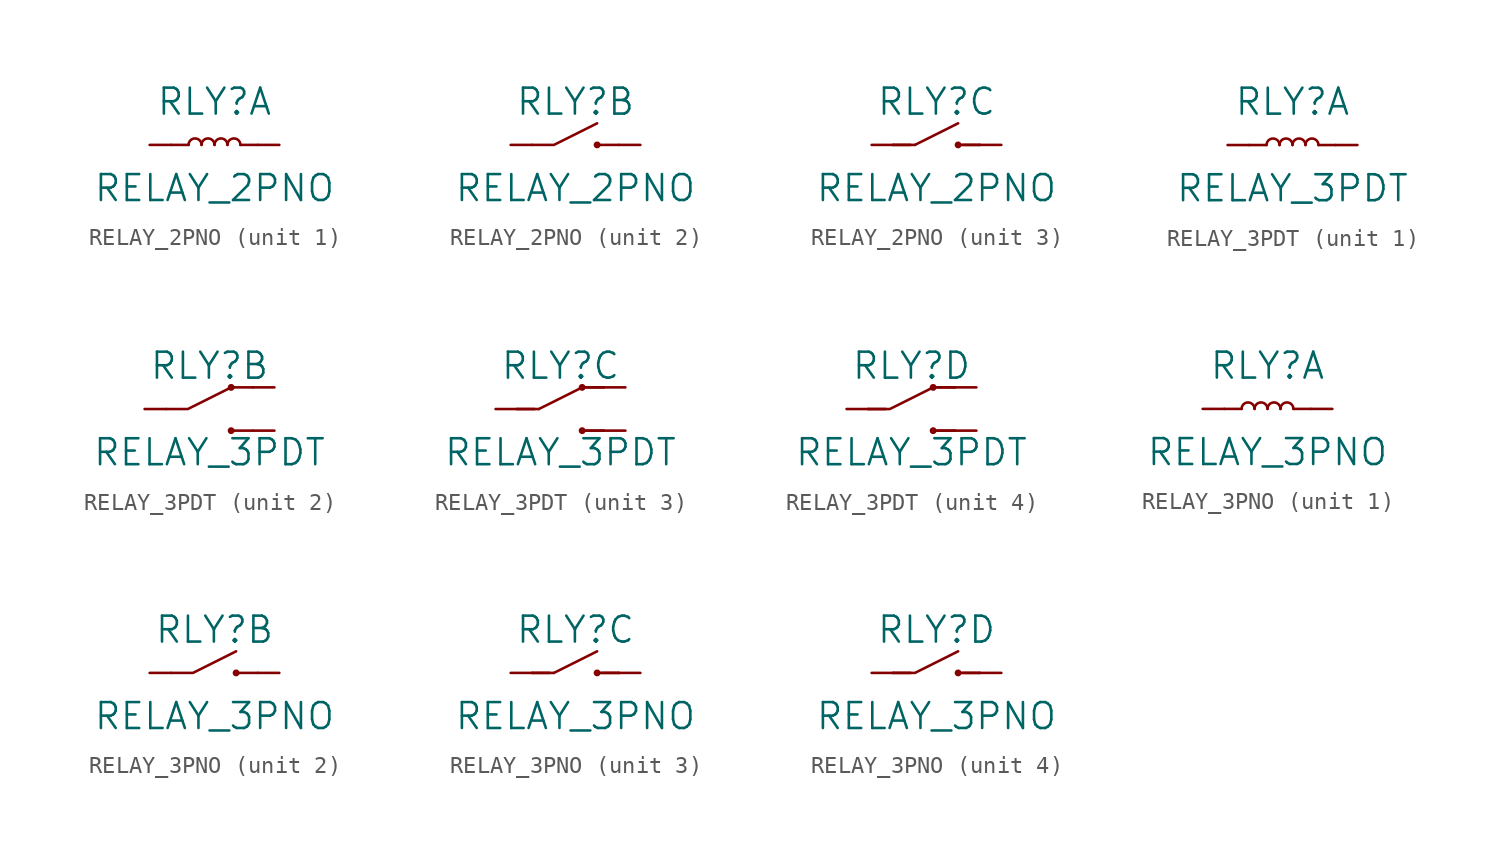
<source format=kicad_sym>
(kicad_symbol_lib
  (version 20220914)
  (generator kicad_symbol_editor)
  (symbol "RELAY_2PNO"
    (pin_numbers hide)
    (pin_names
      (offset 1.016) hide)
    (property "Reference" "RLY"
      (at 0 2.54 0)
      (effects (font (size 1.524 1.524))))
    (property "Value" "RELAY_2PNO"
      (at 0 -2.54 0)
      (effects (font (size 1.524 1.524))))
    (property "Footprint" ""
      (at 0 0 0)
      (effects (font (size 1.524 1.524))))
    (property "Datasheet" ""
      (at 0 0 0)
      (effects (font (size 1.524 1.524))))
    (property "ki_locked" ""
      (at 0 0 0)
      (effects (font (size 1.27 1.27))))
    (symbol "RELAY_2PNO_1_1"
      (arc (start -0.762 0) (mid -1.143 0.3794) (end -1.524 0) (stroke (width 0) (type solid)) (fill (type none)))
      (arc (start 0 0) (mid -0.381 0.3794) (end -0.762 0) (stroke (width 0) (type solid)) (fill (type none)))
      (polyline (pts (xy -1.524 0) (xy -2.54 0) (xy -2.54 0)) (stroke (width 0) (type solid)) (fill (type none)))
      (polyline (pts (xy 1.524 0) (xy 2.54 0) (xy 2.54 0)) (stroke (width 0) (type solid)) (fill (type none)))
      (arc (start 0.762 0) (mid 0.381 0.3794) (end 0 0) (stroke (width 0) (type solid)) (fill (type none)))
      (arc (start 1.524 0) (mid 1.143 0.3794) (end 0.762 0) (stroke (width 0) (type solid)) (fill (type none)))
      (pin passive line (at -3.81 0 0) (length 1.27) (name "~" (effects (font (size 1.27 1.27)))) (number "1" (effects (font (size 1.27 1.27)))))
      (pin passive line (at 3.81 0 180) (length 1.27) (name "~" (effects (font (size 1.27 1.27)))) (number "2" (effects (font (size 1.27 1.27))))))
    (symbol "RELAY_2PNO_2_1"
      (polyline (pts (xy 2.54 0) (xy 1.27 0)) (stroke (width 0) (type solid)) (fill (type none)))
      (polyline (pts (xy -2.54 0) (xy -1.27 0) (xy 1.27 1.27)) (stroke (width 0) (type solid)) (fill (type none)))
      (circle (center 1.27 0) (radius 0.127) (stroke (width 0) (type solid)) (fill (type none)))
      (pin passive line (at -3.81 0 0) (length 1.27) (name "~" (effects (font (size 1.27 1.27)))) (number "3" (effects (font (size 1.27 1.27)))))
      (pin passive line (at 3.81 0 180) (length 1.27) (name "~" (effects (font (size 1.27 1.27)))) (number "4" (effects (font (size 1.27 1.27))))))
    (symbol "RELAY_2PNO_3_1"
      (polyline (pts (xy -1.27 0) (xy -2.54 0)) (stroke (width 0) (type solid)) (fill (type none)))
      (polyline (pts (xy -1.27 0) (xy 1.27 1.27)) (stroke (width 0) (type solid)) (fill (type none)))
      (polyline (pts (xy 1.27 0) (xy 2.54 0)) (stroke (width 0) (type solid)) (fill (type none)))
      (polyline (pts (xy -1.524 0) (xy -2.54 0) (xy -2.54 0)) (stroke (width 0) (type solid)) (fill (type none)))
      (polyline (pts (xy 1.524 0) (xy 2.54 0) (xy 2.54 0)) (stroke (width 0) (type solid)) (fill (type none)))
      (circle (center 1.27 0) (radius 0.127) (stroke (width 0) (type solid)) (fill (type none)))
      (pin passive line (at -3.81 0 0) (length 1.27) (name "~" (effects (font (size 1.27 1.27)))) (number "5" (effects (font (size 1.27 1.27)))))
      (pin passive line (at 3.81 0 180) (length 1.27) (name "~" (effects (font (size 1.27 1.27)))) (number "6" (effects (font (size 1.27 1.27)))))))
  (symbol "RELAY_3PDT"
    (pin_numbers hide)
    (pin_names
      (offset 1.016) hide)
    (property "Reference" "RLY"
      (at 0 2.54 0)
      (effects (font (size 1.524 1.524))))
    (property "Value" "RELAY_3PDT"
      (at 0 -2.54 0)
      (effects (font (size 1.524 1.524))))
    (property "Footprint" ""
      (at 0 -1.27 0)
      (effects (font (size 1.524 1.524))))
    (property "Datasheet" ""
      (at 0 0 0)
      (effects (font (size 1.524 1.524))))
    (property "ki_locked" ""
      (at 0 0 0)
      (effects (font (size 1.27 1.27))))
    (symbol "RELAY_3PDT_1_1"
      (arc (start -0.762 0) (mid -1.143 0.3794) (end -1.524 0) (stroke (width 0) (type solid)) (fill (type none)))
      (arc (start 0 0) (mid -0.381 0.3794) (end -0.762 0) (stroke (width 0) (type solid)) (fill (type none)))
      (polyline (pts (xy -1.524 0) (xy -2.54 0) (xy -2.54 0)) (stroke (width 0) (type solid)) (fill (type none)))
      (polyline (pts (xy 1.524 0) (xy 2.54 0) (xy 2.54 0)) (stroke (width 0) (type solid)) (fill (type none)))
      (arc (start 0.762 0) (mid 0.381 0.3794) (end 0 0) (stroke (width 0) (type solid)) (fill (type none)))
      (arc (start 1.524 0) (mid 1.143 0.3794) (end 0.762 0) (stroke (width 0) (type solid)) (fill (type none)))
      (pin passive line (at -3.81 0 0) (length 1.27) (name "~" (effects (font (size 1.27 1.27)))) (number "1" (effects (font (size 1.27 1.27)))))
      (pin passive line (at 3.81 0 180) (length 1.27) (name "~" (effects (font (size 1.27 1.27)))) (number "2" (effects (font (size 1.27 1.27))))))
    (symbol "RELAY_3PDT_2_1"
      (polyline (pts (xy 2.54 -1.27) (xy 1.27 -1.27)) (stroke (width 0) (type solid)) (fill (type none)))
      (polyline (pts (xy 2.54 1.27) (xy 1.27 1.27)) (stroke (width 0) (type solid)) (fill (type none)))
      (polyline (pts (xy -2.54 0) (xy -1.27 0) (xy 1.27 1.27)) (stroke (width 0) (type solid)) (fill (type none)))
      (circle (center 1.27 -1.27) (radius 0.127) (stroke (width 0) (type solid)) (fill (type none)))
      (circle (center 1.27 1.27) (radius 0.127) (stroke (width 0) (type solid)) (fill (type none)))
      (pin passive line (at -3.81 0 0) (length 1.27) (name "~" (effects (font (size 1.27 1.27)))) (number "3" (effects (font (size 1.27 1.27)))))
      (pin passive line (at 3.81 1.27 180) (length 1.27) (name "~" (effects (font (size 1.27 1.27)))) (number "4" (effects (font (size 1.27 1.27)))))
      (pin passive line (at 3.81 -1.27 180) (length 1.27) (name "~" (effects (font (size 1.27 1.27)))) (number "5" (effects (font (size 1.27 1.27))))))
    (symbol "RELAY_3PDT_3_1"
      (polyline (pts (xy -1.27 0) (xy -2.54 0)) (stroke (width 0) (type solid)) (fill (type none)))
      (polyline (pts (xy -1.27 0) (xy 1.27 1.27)) (stroke (width 0) (type solid)) (fill (type none)))
      (polyline (pts (xy 1.27 -1.27) (xy 2.54 -1.27)) (stroke (width 0) (type solid)) (fill (type none)))
      (polyline (pts (xy 1.27 1.27) (xy 2.54 1.27)) (stroke (width 0) (type solid)) (fill (type none)))
      (polyline (pts (xy -1.524 0) (xy -2.54 0) (xy -2.54 0)) (stroke (width 0) (type solid)) (fill (type none)))
      (polyline (pts (xy 1.524 -1.27) (xy 2.54 -1.27) (xy 2.54 -1.27)) (stroke (width 0) (type solid)) (fill (type none)))
      (polyline (pts (xy 1.524 1.27) (xy 2.54 1.27) (xy 2.54 1.27)) (stroke (width 0) (type solid)) (fill (type none)))
      (circle (center 1.27 -1.27) (radius 0.127) (stroke (width 0) (type solid)) (fill (type none)))
      (circle (center 1.27 1.27) (radius 0.127) (stroke (width 0) (type solid)) (fill (type none)))
      (pin passive line (at -3.81 0 0) (length 1.27) (name "~" (effects (font (size 1.27 1.27)))) (number "6" (effects (font (size 1.27 1.27)))))
      (pin passive line (at 3.81 1.27 180) (length 1.27) (name "~" (effects (font (size 1.27 1.27)))) (number "7" (effects (font (size 1.27 1.27)))))
      (pin passive line (at 3.81 -1.27 180) (length 1.27) (name "~" (effects (font (size 1.27 1.27)))) (number "8" (effects (font (size 1.27 1.27))))))
    (symbol "RELAY_3PDT_4_1"
      (polyline (pts (xy 1.27 -1.27) (xy 2.54 -1.27)) (stroke (width 0) (type solid)) (fill (type none)))
      (polyline (pts (xy 1.27 1.27) (xy 2.54 1.27)) (stroke (width 0) (type solid)) (fill (type none)))
      (polyline (pts (xy -2.54 0) (xy -1.27 0) (xy 1.27 1.27)) (stroke (width 0) (type solid)) (fill (type none)))
      (polyline (pts (xy -1.524 0) (xy -2.54 0) (xy -2.54 0)) (stroke (width 0) (type solid)) (fill (type none)))
      (polyline (pts (xy 1.524 -1.27) (xy 2.54 -1.27) (xy 2.54 -1.27)) (stroke (width 0) (type solid)) (fill (type none)))
      (polyline (pts (xy 1.524 1.27) (xy 2.54 1.27) (xy 2.54 1.27)) (stroke (width 0) (type solid)) (fill (type none)))
      (circle (center 1.27 -1.27) (radius 0.127) (stroke (width 0) (type solid)) (fill (type none)))
      (circle (center 1.27 1.27) (radius 0.127) (stroke (width 0) (type solid)) (fill (type none)))
      (pin passive line (at 3.81 1.27 180) (length 1.27) (name "~" (effects (font (size 1.27 1.27)))) (number "10" (effects (font (size 1.27 1.27)))))
      (pin passive line (at 3.81 -1.27 180) (length 1.27) (name "~" (effects (font (size 1.27 1.27)))) (number "11" (effects (font (size 1.27 1.27)))))
      (pin passive line (at -3.81 0 0) (length 1.27) (name "~" (effects (font (size 1.27 1.27)))) (number "9" (effects (font (size 1.27 1.27)))))))
  (symbol "RELAY_3PNO"
    (pin_numbers hide)
    (pin_names
      (offset 1.016) hide)
    (property "Reference" "RLY"
      (at 0 2.54 0)
      (effects (font (size 1.524 1.524))))
    (property "Value" "RELAY_3PNO"
      (at 0 -2.54 0)
      (effects (font (size 1.524 1.524))))
    (property "Footprint" ""
      (at 0 0 0)
      (effects (font (size 1.524 1.524))))
    (property "Datasheet" ""
      (at 0 0 0)
      (effects (font (size 1.524 1.524))))
    (property "ki_locked" ""
      (at 0 0 0)
      (effects (font (size 1.27 1.27))))
    (symbol "RELAY_3PNO_1_1"
      (arc (start -0.762 0) (mid -1.143 0.3794) (end -1.524 0) (stroke (width 0) (type solid)) (fill (type none)))
      (arc (start 0 0) (mid -0.381 0.3794) (end -0.762 0) (stroke (width 0) (type solid)) (fill (type none)))
      (polyline (pts (xy -1.524 0) (xy -2.54 0) (xy -2.54 0)) (stroke (width 0) (type solid)) (fill (type none)))
      (polyline (pts (xy 1.524 0) (xy 2.54 0) (xy 2.54 0)) (stroke (width 0) (type solid)) (fill (type none)))
      (arc (start 0.762 0) (mid 0.381 0.3794) (end 0 0) (stroke (width 0) (type solid)) (fill (type none)))
      (arc (start 1.524 0) (mid 1.143 0.3794) (end 0.762 0) (stroke (width 0) (type solid)) (fill (type none)))
      (pin passive line (at -3.81 0 0) (length 1.27) (name "~" (effects (font (size 1.27 1.27)))) (number "1" (effects (font (size 1.27 1.27)))))
      (pin passive line (at 3.81 0 180) (length 1.27) (name "~" (effects (font (size 1.27 1.27)))) (number "2" (effects (font (size 1.27 1.27))))))
    (symbol "RELAY_3PNO_2_1"
      (polyline (pts (xy 2.54 0) (xy 1.27 0)) (stroke (width 0) (type solid)) (fill (type none)))
      (polyline (pts (xy -2.54 0) (xy -1.27 0) (xy 1.27 1.27)) (stroke (width 0) (type solid)) (fill (type none)))
      (circle (center 1.27 0) (radius 0.127) (stroke (width 0) (type solid)) (fill (type none)))
      (pin passive line (at -3.81 0 0) (length 1.27) (name "~" (effects (font (size 1.27 1.27)))) (number "3" (effects (font (size 1.27 1.27)))))
      (pin passive line (at 3.81 0 180) (length 1.27) (name "~" (effects (font (size 1.27 1.27)))) (number "4" (effects (font (size 1.27 1.27))))))
    (symbol "RELAY_3PNO_3_1"
      (polyline (pts (xy -1.27 0) (xy -2.54 0)) (stroke (width 0) (type solid)) (fill (type none)))
      (polyline (pts (xy -1.27 0) (xy 1.27 1.27)) (stroke (width 0) (type solid)) (fill (type none)))
      (polyline (pts (xy 1.27 0) (xy 2.54 0)) (stroke (width 0) (type solid)) (fill (type none)))
      (polyline (pts (xy -1.524 0) (xy -2.54 0) (xy -2.54 0)) (stroke (width 0) (type solid)) (fill (type none)))
      (polyline (pts (xy 1.524 0) (xy 2.54 0) (xy 2.54 0)) (stroke (width 0) (type solid)) (fill (type none)))
      (circle (center 1.27 0) (radius 0.127) (stroke (width 0) (type solid)) (fill (type none)))
      (pin passive line (at -3.81 0 0) (length 1.27) (name "~" (effects (font (size 1.27 1.27)))) (number "5" (effects (font (size 1.27 1.27)))))
      (pin passive line (at 3.81 0 180) (length 1.27) (name "~" (effects (font (size 1.27 1.27)))) (number "6" (effects (font (size 1.27 1.27))))))
    (symbol "RELAY_3PNO_4_1"
      (polyline (pts (xy 1.27 0) (xy 2.54 0)) (stroke (width 0) (type solid)) (fill (type none)))
      (polyline (pts (xy -2.54 0) (xy -1.27 0) (xy 1.27 1.27)) (stroke (width 0) (type solid)) (fill (type none)))
      (polyline (pts (xy -1.524 0) (xy -2.54 0) (xy -2.54 0)) (stroke (width 0) (type solid)) (fill (type none)))
      (polyline (pts (xy 1.524 0) (xy 2.54 0) (xy 2.54 0)) (stroke (width 0) (type solid)) (fill (type none)))
      (circle (center 1.27 0) (radius 0.127) (stroke (width 0) (type solid)) (fill (type none)))
      (pin passive line (at -3.81 0 0) (length 1.27) (name "~" (effects (font (size 1.27 1.27)))) (number "7" (effects (font (size 1.27 1.27)))))
      (pin passive line (at 3.81 0 180) (length 1.27) (name "~" (effects (font (size 1.27 1.27)))) (number "8" (effects (font (size 1.27 1.27))))))))
</source>
